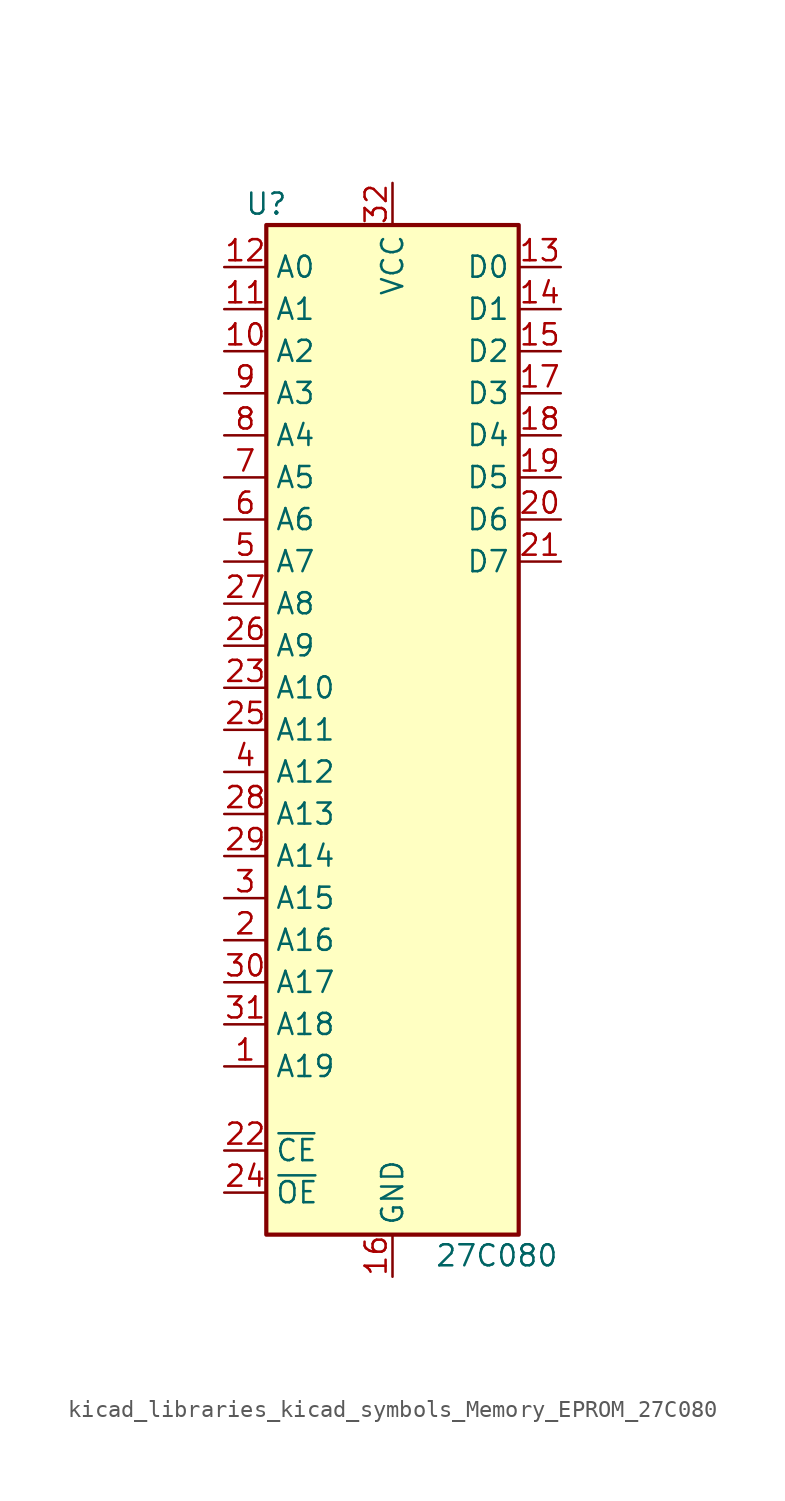
<source format=kicad_sym>
(kicad_symbol_lib
  (version 20220914)
  (generator kicad_symbol_editor)
  (symbol "kicad_libraries_kicad_symbols_Memory_EPROM_27C080"
    (property "Reference" "U"
      (at -7.62 31.75 0)
      (effects (font (size 1.27 1.27))))
    (property "Value" "27C080"
      (at 2.54 -31.75 0)
      (effects (font (size 1.27 1.27)) (justify left)))
    (symbol "kicad_libraries_kicad_symbols_Memory_EPROM_27C080_1_1"
      (rectangle (start -7.62 30.48) (end 7.62 -30.48) (stroke (width 0.254) (type default)) (fill (type background)))
      (pin input line (at -10.16 -20.32 0) (length 2.54) (name "A19" (effects (font (size 1.27 1.27)))) (number "1" (effects (font (size 1.27 1.27)))))
      (pin input line (at -10.16 22.86 0) (length 2.54) (name "A2" (effects (font (size 1.27 1.27)))) (number "10" (effects (font (size 1.27 1.27)))))
      (pin input line (at -10.16 25.4 0) (length 2.54) (name "A1" (effects (font (size 1.27 1.27)))) (number "11" (effects (font (size 1.27 1.27)))))
      (pin input line (at -10.16 27.94 0) (length 2.54) (name "A0" (effects (font (size 1.27 1.27)))) (number "12" (effects (font (size 1.27 1.27)))))
      (pin tri_state line (at 10.16 27.94 180) (length 2.54) (name "D0" (effects (font (size 1.27 1.27)))) (number "13" (effects (font (size 1.27 1.27)))))
      (pin tri_state line (at 10.16 25.4 180) (length 2.54) (name "D1" (effects (font (size 1.27 1.27)))) (number "14" (effects (font (size 1.27 1.27)))))
      (pin tri_state line (at 10.16 22.86 180) (length 2.54) (name "D2" (effects (font (size 1.27 1.27)))) (number "15" (effects (font (size 1.27 1.27)))))
      (pin power_in line (at 0 -33.02 90) (length 2.54) (name "GND" (effects (font (size 1.27 1.27)))) (number "16" (effects (font (size 1.27 1.27)))))
      (pin tri_state line (at 10.16 20.32 180) (length 2.54) (name "D3" (effects (font (size 1.27 1.27)))) (number "17" (effects (font (size 1.27 1.27)))))
      (pin tri_state line (at 10.16 17.78 180) (length 2.54) (name "D4" (effects (font (size 1.27 1.27)))) (number "18" (effects (font (size 1.27 1.27)))))
      (pin tri_state line (at 10.16 15.24 180) (length 2.54) (name "D5" (effects (font (size 1.27 1.27)))) (number "19" (effects (font (size 1.27 1.27)))))
      (pin input line (at -10.16 -12.7 0) (length 2.54) (name "A16" (effects (font (size 1.27 1.27)))) (number "2" (effects (font (size 1.27 1.27)))))
      (pin tri_state line (at 10.16 12.7 180) (length 2.54) (name "D6" (effects (font (size 1.27 1.27)))) (number "20" (effects (font (size 1.27 1.27)))))
      (pin tri_state line (at 10.16 10.16 180) (length 2.54) (name "D7" (effects (font (size 1.27 1.27)))) (number "21" (effects (font (size 1.27 1.27)))))
      (pin input line (at -10.16 -25.4 0) (length 2.54) (name "~{CE}" (effects (font (size 1.27 1.27)))) (number "22" (effects (font (size 1.27 1.27)))))
      (pin input line (at -10.16 2.54 0) (length 2.54) (name "A10" (effects (font (size 1.27 1.27)))) (number "23" (effects (font (size 1.27 1.27)))))
      (pin input line (at -10.16 -27.94 0) (length 2.54) (name "~{OE}" (effects (font (size 1.27 1.27)))) (number "24" (effects (font (size 1.27 1.27)))))
      (pin input line (at -10.16 0 0) (length 2.54) (name "A11" (effects (font (size 1.27 1.27)))) (number "25" (effects (font (size 1.27 1.27)))))
      (pin input line (at -10.16 5.08 0) (length 2.54) (name "A9" (effects (font (size 1.27 1.27)))) (number "26" (effects (font (size 1.27 1.27)))))
      (pin input line (at -10.16 7.62 0) (length 2.54) (name "A8" (effects (font (size 1.27 1.27)))) (number "27" (effects (font (size 1.27 1.27)))))
      (pin input line (at -10.16 -5.08 0) (length 2.54) (name "A13" (effects (font (size 1.27 1.27)))) (number "28" (effects (font (size 1.27 1.27)))))
      (pin input line (at -10.16 -7.62 0) (length 2.54) (name "A14" (effects (font (size 1.27 1.27)))) (number "29" (effects (font (size 1.27 1.27)))))
      (pin input line (at -10.16 -10.16 0) (length 2.54) (name "A15" (effects (font (size 1.27 1.27)))) (number "3" (effects (font (size 1.27 1.27)))))
      (pin input line (at -10.16 -15.24 0) (length 2.54) (name "A17" (effects (font (size 1.27 1.27)))) (number "30" (effects (font (size 1.27 1.27)))))
      (pin input line (at -10.16 -17.78 0) (length 2.54) (name "A18" (effects (font (size 1.27 1.27)))) (number "31" (effects (font (size 1.27 1.27)))))
      (pin power_in line (at 0 33.02 270) (length 2.54) (name "VCC" (effects (font (size 1.27 1.27)))) (number "32" (effects (font (size 1.27 1.27)))))
      (pin input line (at -10.16 -2.54 0) (length 2.54) (name "A12" (effects (font (size 1.27 1.27)))) (number "4" (effects (font (size 1.27 1.27)))))
      (pin input line (at -10.16 10.16 0) (length 2.54) (name "A7" (effects (font (size 1.27 1.27)))) (number "5" (effects (font (size 1.27 1.27)))))
      (pin input line (at -10.16 12.7 0) (length 2.54) (name "A6" (effects (font (size 1.27 1.27)))) (number "6" (effects (font (size 1.27 1.27)))))
      (pin input line (at -10.16 15.24 0) (length 2.54) (name "A5" (effects (font (size 1.27 1.27)))) (number "7" (effects (font (size 1.27 1.27)))))
      (pin input line (at -10.16 17.78 0) (length 2.54) (name "A4" (effects (font (size 1.27 1.27)))) (number "8" (effects (font (size 1.27 1.27)))))
      (pin input line (at -10.16 20.32 0) (length 2.54) (name "A3" (effects (font (size 1.27 1.27)))) (number "9" (effects (font (size 1.27 1.27))))))))
</source>
